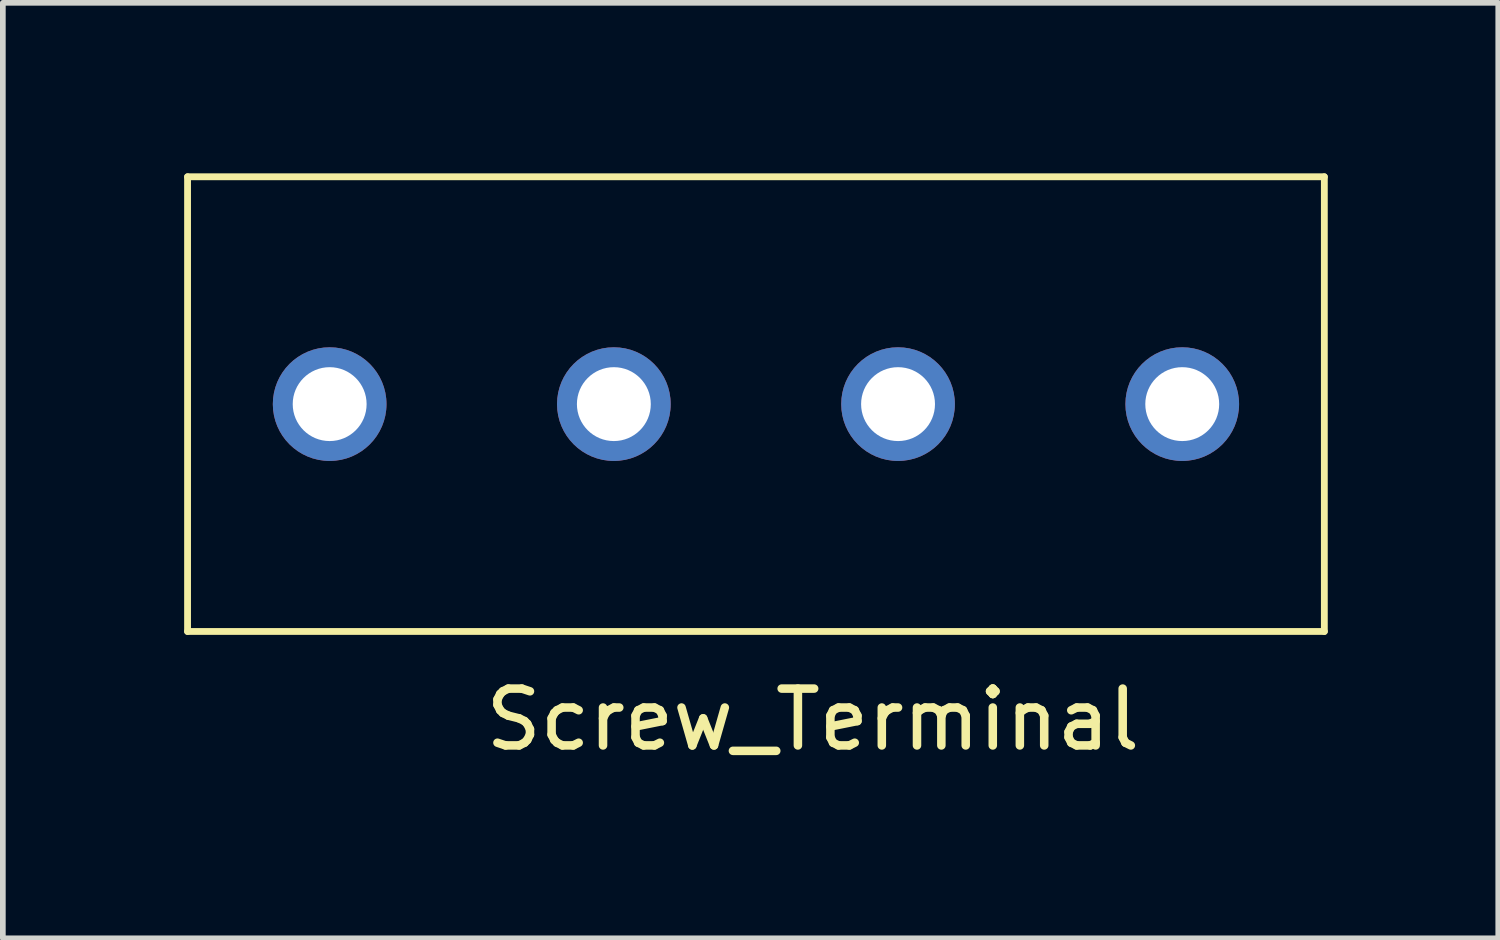
<source format=kicad_pcb>
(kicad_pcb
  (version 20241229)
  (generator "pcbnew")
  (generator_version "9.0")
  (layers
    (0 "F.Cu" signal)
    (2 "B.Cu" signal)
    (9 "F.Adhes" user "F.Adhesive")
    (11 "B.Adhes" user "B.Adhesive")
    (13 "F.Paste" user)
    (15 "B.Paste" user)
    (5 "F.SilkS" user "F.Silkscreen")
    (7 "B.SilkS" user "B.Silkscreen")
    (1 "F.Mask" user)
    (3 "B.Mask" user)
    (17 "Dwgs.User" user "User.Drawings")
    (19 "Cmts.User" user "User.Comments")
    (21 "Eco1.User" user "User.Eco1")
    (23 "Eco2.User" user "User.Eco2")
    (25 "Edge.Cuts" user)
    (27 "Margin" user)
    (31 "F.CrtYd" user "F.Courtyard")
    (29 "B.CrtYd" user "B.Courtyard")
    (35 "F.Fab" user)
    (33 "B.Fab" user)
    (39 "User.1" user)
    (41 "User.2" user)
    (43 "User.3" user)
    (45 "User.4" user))
  (footprint "Screw_Terminal"
    (layer "F.Cu")
    (at 0.25 8.06)
    (property "Reference" "Screw_Terminal" (at 11 1.55 0) (layer "F.SilkS") (effects (font (size 1 1) (thickness 0.15))))
    (attr through_hole)
    (fp_line (start 0 -8) (end 20 -8) (stroke (width 0.12) (type solid)) (layer "F.SilkS"))
    (fp_line (start 0 0) (end 0 -8) (stroke (width 0.12) (type solid)) (layer "F.SilkS"))
    (fp_line (start 20 -8) (end 20 0) (stroke (width 0.12) (type solid)) (layer "F.SilkS"))
    (fp_line (start 20 0) (end 0 0) (stroke (width 0.12) (type solid)) (layer "F.SilkS"))
    (pad "1" thru_hole circle (at 2.5 -4) (size 2 2) (drill 1.3) (layers "*.Cu" "*.Mask"))
    (pad "2" thru_hole circle (at 7.5 -4) (size 2 2) (drill 1.3) (layers "*.Cu" "*.Mask"))
    (pad "3" thru_hole circle (at 12.5 -4) (size 2 2) (drill 1.3) (layers "*.Cu" "*.Mask"))
    (pad "4" thru_hole circle (at 17.5 -4) (size 2 2) (drill 1.3) (layers "*.Cu" "*.Mask")))
  (gr_rect
    (start -3 -3)
    (end 23.31 13.458)
    (stroke (width 0.1) (type default))
    (fill no)
    (layer "Edge.Cuts")))
</source>
